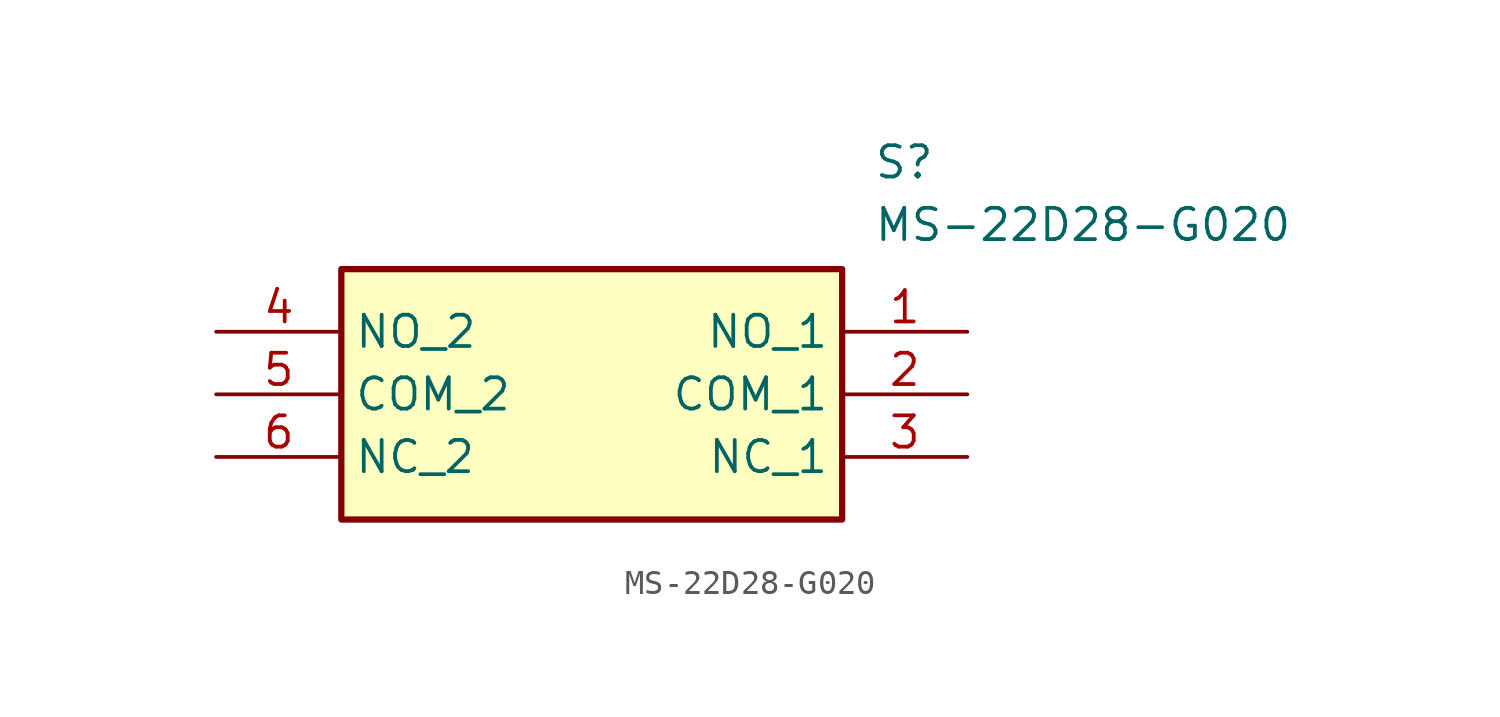
<source format=kicad_sym>
(kicad_symbol_lib
  (version 20211014)
  (generator SamacSys_ECAD_Model)
  (symbol "MS-22D28-G020"
    (property "Reference" "S"
      (at 26.67 7.62 0)
      (effects (font (size 1.27 1.27)) (justify left top)))
    (property "Value" "MS-22D28-G020"
      (at 26.67 5.08 0)
      (effects (font (size 1.27 1.27)) (justify left top)))
    (rectangle
      (start 5.08 2.54)
      (end 25.4 -7.62)
      (stroke (width 0.254) (type default))
      (fill (type background)))
    (pin passive line
      (at 30.48 0 180)
      (length 5.08)
      (name "NO_1" (effects (font (size 1.27 1.27))))
      (number "1" (effects (font (size 1.27 1.27)))))
    (pin passive line
      (at 30.48 -2.54 180)
      (length 5.08)
      (name "COM_1" (effects (font (size 1.27 1.27))))
      (number "2" (effects (font (size 1.27 1.27)))))
    (pin passive line
      (at 30.48 -5.08 180)
      (length 5.08)
      (name "NC_1" (effects (font (size 1.27 1.27))))
      (number "3" (effects (font (size 1.27 1.27)))))
    (pin passive line
      (at 0 0 0)
      (length 5.08)
      (name "NO_2" (effects (font (size 1.27 1.27))))
      (number "4" (effects (font (size 1.27 1.27)))))
    (pin passive line
      (at 0 -2.54 0)
      (length 5.08)
      (name "COM_2" (effects (font (size 1.27 1.27))))
      (number "5" (effects (font (size 1.27 1.27)))))
    (pin passive line
      (at 0 -5.08 0)
      (length 5.08)
      (name "NC_2" (effects (font (size 1.27 1.27))))
      (number "6" (effects (font (size 1.27 1.27)))))))
</source>
